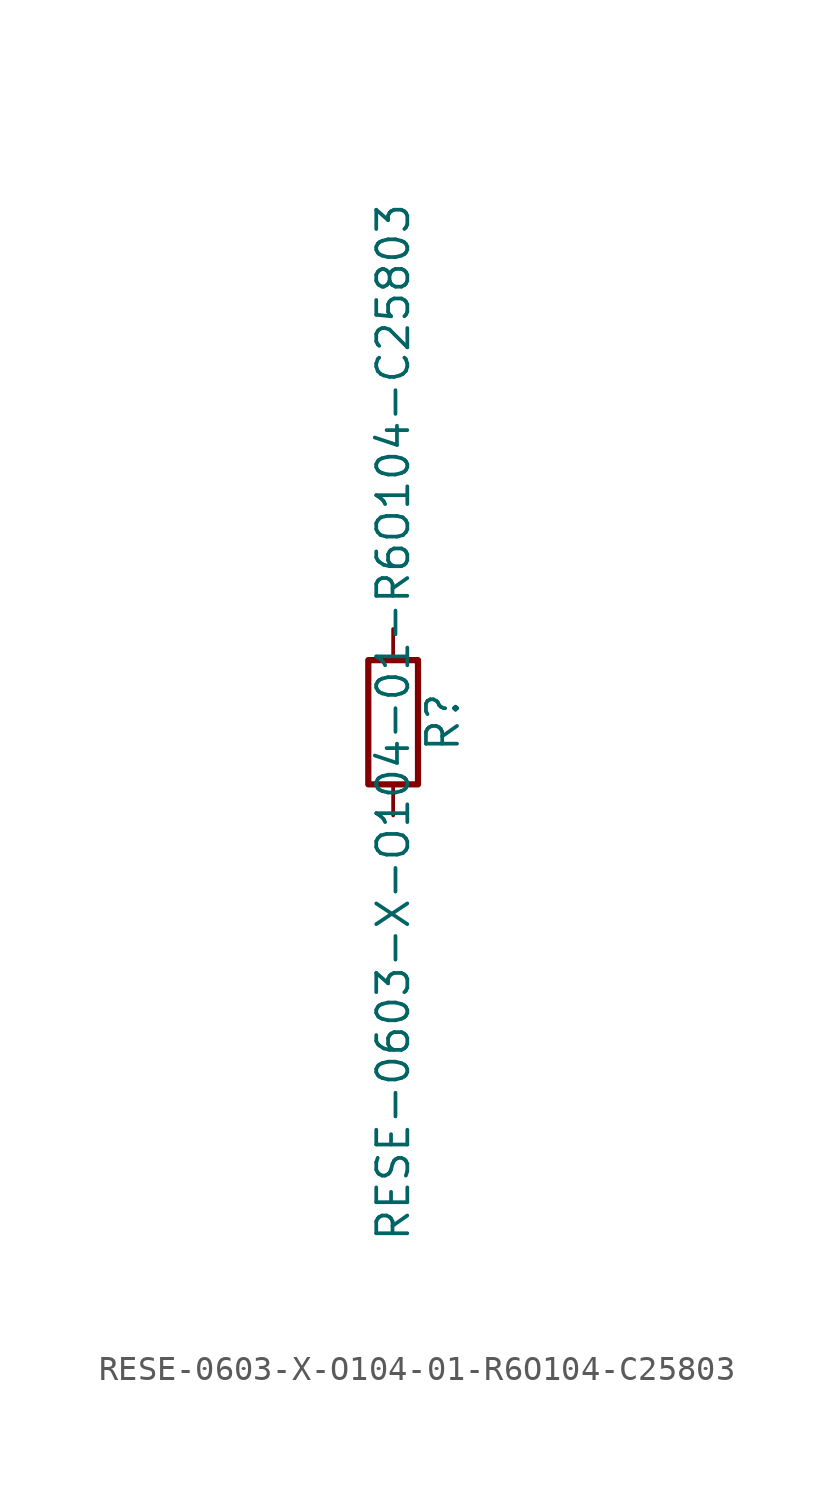
<source format=kicad_sym>
(kicad_symbol_lib
  (version 20211014)
  (generator kicad_symbol_editor)
  (symbol "RESE-0603-X-O104-01-R6O104-C25803"
    (pin_numbers hide)
    (pin_names
      (offset 0))
    (property "Reference" "R"
      (at 2.032 0 90)
      (effects (font (size 1.27 1.27))))
    (property "Value" "RESE-0603-X-O104-01-R6O104-C25803"
      (at 0 0 90)
      (effects (font (size 1.27 1.27))))
    (symbol "RESE-0603-X-O104-01-R6O104-C25803_0_1"
      (rectangle (start -1.016 -2.54) (end 1.016 2.54) (stroke (width 0.254) (type default) (color 0 0 0 0)) (fill (type none))))
    (symbol "RESE-0603-X-O104-01-R6O104-C25803_1_1"
      (pin passive line (at 0 3.81 270) (length 1.27) (name "~" (effects (font (size 1.27 1.27)))) (number "1" (effects (font (size 1.27 1.27)))))
      (pin passive line (at 0 -3.81 90) (length 1.27) (name "~" (effects (font (size 1.27 1.27)))) (number "2" (effects (font (size 1.27 1.27))))))))
</source>
